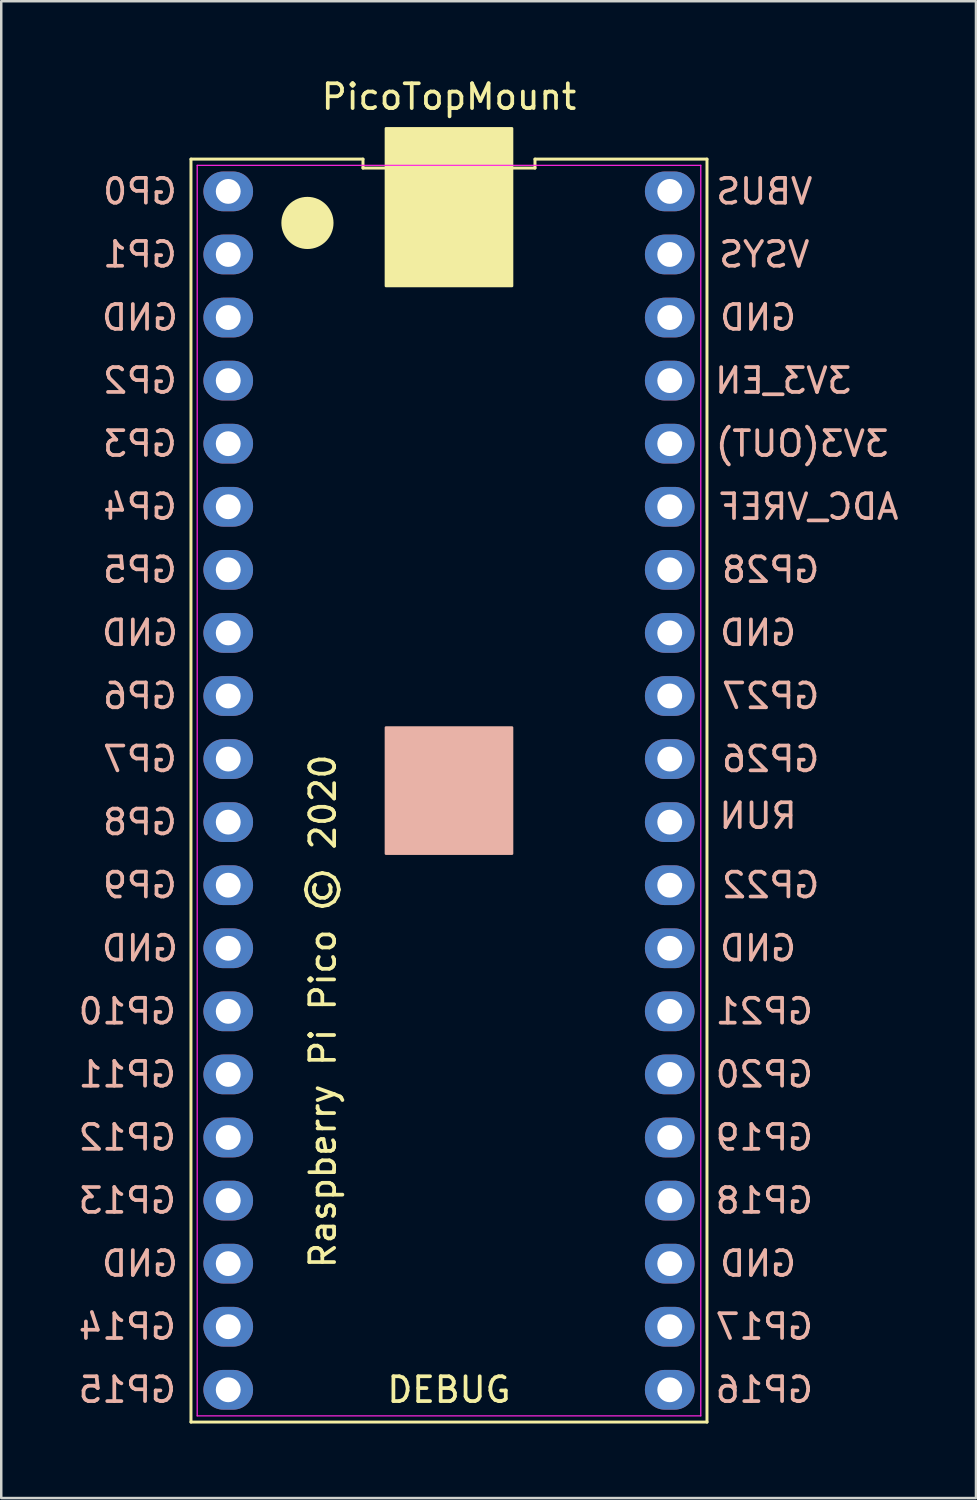
<source format=kicad_pcb>
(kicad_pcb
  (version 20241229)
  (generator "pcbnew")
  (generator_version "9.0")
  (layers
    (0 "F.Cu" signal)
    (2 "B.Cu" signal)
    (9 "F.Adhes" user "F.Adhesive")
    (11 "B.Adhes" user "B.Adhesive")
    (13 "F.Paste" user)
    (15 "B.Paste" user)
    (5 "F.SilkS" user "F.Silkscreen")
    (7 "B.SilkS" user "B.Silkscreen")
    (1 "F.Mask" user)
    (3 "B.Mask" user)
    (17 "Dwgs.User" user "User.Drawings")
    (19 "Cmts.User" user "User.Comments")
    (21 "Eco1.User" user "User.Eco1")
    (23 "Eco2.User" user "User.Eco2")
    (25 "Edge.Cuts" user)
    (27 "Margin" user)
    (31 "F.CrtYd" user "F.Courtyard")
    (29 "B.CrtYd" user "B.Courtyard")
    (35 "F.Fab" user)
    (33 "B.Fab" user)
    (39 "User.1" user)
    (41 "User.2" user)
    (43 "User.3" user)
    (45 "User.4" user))
  (footprint "PicoTopMount"
    (layer "F.Cu")
    (at 15.031 28.788)
    (property "Reference" "PicoTopMount" (at 0 -27.94 0) (layer "F.SilkS") (effects (font (size 1 1) (thickness 0.15))))
    (attr through_hole)
    (fp_line (start -10.39 25.43) (end 10.39 25.43) (stroke (width 0.12) (type solid)) (layer "F.SilkS"))
    (fp_line (start -10.39 -25.43) (end -10.39 25.43) (stroke (width 0.12) (type solid)) (layer "F.SilkS"))
    (fp_line (start -3.463 -25.43) (end -10.39 -25.43) (stroke (width 0.12) (type solid)) (layer "F.SilkS"))
    (fp_line (start -3.463 -25.07) (end -3.463 -25.43) (stroke (width 0.12) (type solid)) (layer "F.SilkS"))
    (fp_line (start 3.463 -25.43) (end 3.463 -25.07) (stroke (width 0.12) (type solid)) (layer "F.SilkS"))
    (fp_line (start 3.463 -25.07) (end -3.463 -25.07) (stroke (width 0.12) (type solid)) (layer "F.SilkS"))
    (fp_line (start 10.39 25.43) (end 10.39 -25.43) (stroke (width 0.12) (type solid)) (layer "F.SilkS"))
    (fp_line (start 10.39 -25.43) (end 3.463 -25.43) (stroke (width 0.12) (type solid)) (layer "F.SilkS"))
    (fp_poly (pts (xy 2.54 -20.32) (xy -2.54 -20.32) (xy -2.54 -26.67) (xy 2.54 -26.67)) (stroke (width 0.1) (type solid)) (fill yes) (layer "F.SilkS"))
    (fp_poly (pts (xy 2.54 2.54) (xy -2.54 2.54) (xy -2.54 -2.54) (xy 2.54 -2.54)) (stroke (width 0.1) (type solid)) (fill yes) (layer "B.SilkS"))
    (fp_line (start -10.14 -25.18) (end 10.14 -25.18) (stroke (width 0.05) (type solid)) (layer "F.CrtYd"))
    (fp_line (start -10.14 25.18) (end -10.14 -25.18) (stroke (width 0.05) (type solid)) (layer "F.CrtYd"))
    (fp_line (start 10.14 -25.18) (end 10.14 25.18) (stroke (width 0.05) (type solid)) (layer "F.CrtYd"))
    (fp_line (start 10.14 25.18) (end -10.14 25.18) (stroke (width 0.05) (type solid)) (layer "F.CrtYd"))
    (fp_text user "DEBUG" (at 0 24.13 0) (layer "F.SilkS") (effects (font (size 1 1) (thickness 0.15))))
    (fp_text user "Raspberry Pi Pico © 2020" (at -5.08 8.89 90) (layer "F.SilkS") (effects (font (size 1 1) (thickness 0.15))))
    (fp_text user "GP12" (at -12.954 13.97 180) (layer "B.SilkS") (effects (font (size 1 1) (thickness 0.15)) (justify mirror)))
    (fp_text user "GP27" (at 12.954 -3.81 180) (layer "B.SilkS") (effects (font (size 1 1) (thickness 0.15)) (justify mirror)))
    (fp_text user "GP0" (at -12.446 -24.13 180) (layer "B.SilkS") (effects (font (size 1 1) (thickness 0.15)) (justify mirror)))
    (fp_text user "VSYS" (at 12.7 -21.59 180) (layer "B.SilkS") (effects (font (size 1 1) (thickness 0.15)) (justify mirror)))
    (fp_text user "GP2" (at -12.446 -16.51 180) (layer "B.SilkS") (effects (font (size 1 1) (thickness 0.15)) (justify mirror)))
    (fp_text user "GP26" (at 12.954 -1.27 180) (layer "B.SilkS") (effects (font (size 1 1) (thickness 0.15)) (justify mirror)))
    (fp_text user "GP15" (at -12.954 24.13 180) (layer "B.SilkS") (effects (font (size 1 1) (thickness 0.15)) (justify mirror)))
    (fp_text user "GND" (at 12.446 19.05 180) (layer "B.SilkS") (effects (font (size 1 1) (thickness 0.15)) (justify mirror)))
    (fp_text user "GP7" (at -12.446 -1.27 180) (layer "B.SilkS") (effects (font (size 1 1) (thickness 0.15)) (justify mirror)))
    (fp_text user "GP5" (at -12.446 -8.89 180) (layer "B.SilkS") (effects (font (size 1 1) (thickness 0.15)) (justify mirror)))
    (fp_text user "GP17" (at 12.7 21.59 180) (layer "B.SilkS") (effects (font (size 1 1) (thickness 0.15)) (justify mirror)))
    (fp_text user "GP19" (at 12.7 13.97 180) (layer "B.SilkS") (effects (font (size 1 1) (thickness 0.15)) (justify mirror)))
    (fp_text user "RUN" (at 12.446 1.016 180) (layer "B.SilkS") (effects (font (size 1 1) (thickness 0.15)) (justify mirror)))
    (fp_text user "GP18" (at 12.7 16.51 180) (layer "B.SilkS") (effects (font (size 1 1) (thickness 0.15)) (justify mirror)))
    (fp_text user "VBUS" (at 12.7 -24.13 180) (layer "B.SilkS") (effects (font (size 1 1) (thickness 0.15)) (justify mirror)))
    (fp_text user "3V3_EN" (at 13.462 -16.51 180) (layer "B.SilkS") (effects (font (size 1 1) (thickness 0.15)) (justify mirror)))
    (fp_text user "GND" (at 12.446 -6.35 180) (layer "B.SilkS") (effects (font (size 1 1) (thickness 0.15)) (justify mirror)))
    (fp_text user "GP3" (at -12.446 -13.97 180) (layer "B.SilkS") (effects (font (size 1 1) (thickness 0.15)) (justify mirror)))
    (fp_text user "GP8" (at -12.446 1.27 180) (layer "B.SilkS") (effects (font (size 1 1) (thickness 0.15)) (justify mirror)))
    (fp_text user "GND" (at -12.446 19.05 180) (layer "B.SilkS") (effects (font (size 1 1) (thickness 0.15)) (justify mirror)))
    (fp_text user "GP4" (at -12.446 -11.43 180) (layer "B.SilkS") (effects (font (size 1 1) (thickness 0.15)) (justify mirror)))
    (fp_text user "GP22" (at 12.954 3.81 180) (layer "B.SilkS") (effects (font (size 1 1) (thickness 0.15)) (justify mirror)))
    (fp_text user "GP20" (at 12.7 11.43 180) (layer "B.SilkS") (effects (font (size 1 1) (thickness 0.15)) (justify mirror)))
    (fp_text user "GP9" (at -12.446 3.81 180) (layer "B.SilkS") (effects (font (size 1 1) (thickness 0.15)) (justify mirror)))
    (fp_text user "GND" (at 12.446 -19.05 180) (layer "B.SilkS") (effects (font (size 1 1) (thickness 0.15)) (justify mirror)))
    (fp_text user "GP6" (at -12.446 -3.81 180) (layer "B.SilkS") (effects (font (size 1 1) (thickness 0.15)) (justify mirror)))
    (fp_text user "GP28" (at 12.954 -8.89 180) (layer "B.SilkS") (effects (font (size 1 1) (thickness 0.15)) (justify mirror)))
    (fp_text user "GP16" (at 12.7 24.13 180) (layer "B.SilkS") (effects (font (size 1 1) (thickness 0.15)) (justify mirror)))
    (fp_text user "GP13" (at -12.954 16.51 180) (layer "B.SilkS") (effects (font (size 1 1) (thickness 0.15)) (justify mirror)))
    (fp_text user "GP21" (at 12.7 8.89 180) (layer "B.SilkS") (effects (font (size 1 1) (thickness 0.15)) (justify mirror)))
    (fp_text user "ADC_VREF" (at 14.478 -11.43 180) (layer "B.SilkS") (effects (font (size 1 1) (thickness 0.15)) (justify mirror)))
    (fp_text user "GND" (at -12.446 6.35 180) (layer "B.SilkS") (effects (font (size 1 1) (thickness 0.15)) (justify mirror)))
    (fp_text user "GP10" (at -12.954 8.89 180) (layer "B.SilkS") (effects (font (size 1 1) (thickness 0.15)) (justify mirror)))
    (fp_text user "GND" (at -12.446 -6.35 180) (layer "B.SilkS") (effects (font (size 1 1) (thickness 0.15)) (justify mirror)))
    (fp_text user "3V3(OUT)" (at 14.224 -13.97 180) (layer "B.SilkS") (effects (font (size 1 1) (thickness 0.15)) (justify mirror)))
    (fp_text user "GP14" (at -12.954 21.59 180) (layer "B.SilkS") (effects (font (size 1 1) (thickness 0.15)) (justify mirror)))
    (fp_text user "GP1" (at -12.446 -21.59 180) (layer "B.SilkS") (effects (font (size 1 1) (thickness 0.15)) (justify mirror)))
    (fp_text user "GP11" (at -12.954 11.43 180) (layer "B.SilkS") (effects (font (size 1 1) (thickness 0.15)) (justify mirror)))
    (fp_text user "GND" (at 12.446 6.35 180) (layer "B.SilkS") (effects (font (size 1 1) (thickness 0.15)) (justify mirror)))
    (fp_text user "GND" (at -12.446 -19.05 180) (layer "B.SilkS") (effects (font (size 1 1) (thickness 0.15)) (justify mirror)))
    (pad "" smd circle (at -5.7 -22.86) (size 2.1 2.1) (layers "F.SilkS"))
    (pad "1" thru_hole oval (at -8.89 -24.13 270) (size 1.6 2) (drill 1) (layers "*.Mask" "B.Cu"))
    (pad "2" thru_hole oval (at -8.89 -21.59 270) (size 1.6 2) (drill 1) (layers "*.Mask" "B.Cu"))
    (pad "3" thru_hole oval (at -8.89 -19.05 270) (size 1.6 2) (drill 1) (layers "*.Mask" "B.Cu"))
    (pad "4" thru_hole oval (at -8.89 -16.51 270) (size 1.6 2) (drill 1) (layers "*.Mask" "B.Cu"))
    (pad "5" thru_hole oval (at -8.89 -13.97 270) (size 1.6 2) (drill 1) (layers "*.Mask" "B.Cu"))
    (pad "6" thru_hole oval (at -8.89 -11.43 270) (size 1.6 2) (drill 1) (layers "*.Mask" "B.Cu"))
    (pad "7" thru_hole oval (at -8.89 -8.89 270) (size 1.6 2) (drill 1) (layers "*.Mask" "B.Cu"))
    (pad "8" thru_hole oval (at -8.89 -6.35 270) (size 1.6 2) (drill 1) (layers "*.Mask" "B.Cu"))
    (pad "9" thru_hole oval (at -8.89 -3.81 270) (size 1.6 2) (drill 1) (layers "*.Mask" "B.Cu"))
    (pad "10" thru_hole oval (at -8.89 -1.27 270) (size 1.6 2) (drill 1) (layers "*.Mask" "B.Cu"))
    (pad "11" thru_hole oval (at -8.89 1.27 270) (size 1.6 2) (drill 1) (layers "*.Mask" "B.Cu"))
    (pad "12" thru_hole oval (at -8.89 3.81 270) (size 1.6 2) (drill 1) (layers "*.Mask" "B.Cu"))
    (pad "13" thru_hole oval (at -8.89 6.35 270) (size 1.6 2) (drill 1) (layers "*.Mask" "B.Cu"))
    (pad "14" thru_hole oval (at -8.89 8.89 270) (size 1.6 2) (drill 1) (layers "*.Mask" "B.Cu"))
    (pad "15" thru_hole oval (at -8.89 11.43 270) (size 1.6 2) (drill 1) (layers "*.Mask" "B.Cu"))
    (pad "16" thru_hole oval (at -8.89 13.97 270) (size 1.6 2) (drill 1) (layers "*.Mask" "B.Cu"))
    (pad "17" thru_hole oval (at -8.89 16.51 270) (size 1.6 2) (drill 1) (layers "*.Mask" "B.Cu"))
    (pad "18" thru_hole oval (at -8.89 19.05 270) (size 1.6 2) (drill 1) (layers "*.Mask" "B.Cu"))
    (pad "19" thru_hole oval (at -8.89 21.59 270) (size 1.6 2) (drill 1) (layers "*.Mask" "B.Cu"))
    (pad "20" thru_hole oval (at -8.89 24.13 270) (size 1.6 2) (drill 1) (layers "*.Mask" "B.Cu"))
    (pad "21" thru_hole oval (at 8.89 24.13 270) (size 1.6 2) (drill 1) (layers "*.Mask" "B.Cu"))
    (pad "22" thru_hole oval (at 8.89 21.59 270) (size 1.6 2) (drill 1) (layers "*.Mask" "B.Cu"))
    (pad "23" thru_hole oval (at 8.89 19.05 270) (size 1.6 2) (drill 1) (layers "*.Mask" "B.Cu"))
    (pad "24" thru_hole oval (at 8.89 16.51 270) (size 1.6 2) (drill 1) (layers "*.Mask" "B.Cu"))
    (pad "25" thru_hole oval (at 8.89 13.97 270) (size 1.6 2) (drill 1) (layers "*.Mask" "B.Cu"))
    (pad "26" thru_hole oval (at 8.89 11.43 270) (size 1.6 2) (drill 1) (layers "*.Mask" "B.Cu"))
    (pad "27" thru_hole oval (at 8.89 8.89 270) (size 1.6 2) (drill 1) (layers "*.Mask" "B.Cu"))
    (pad "28" thru_hole oval (at 8.89 6.35 270) (size 1.6 2) (drill 1) (layers "*.Mask" "B.Cu"))
    (pad "29" thru_hole oval (at 8.89 3.81 270) (size 1.6 2) (drill 1) (layers "*.Mask" "B.Cu"))
    (pad "30" thru_hole oval (at 8.89 1.27 270) (size 1.6 2) (drill 1) (layers "*.Mask" "B.Cu"))
    (pad "31" thru_hole oval (at 8.89 -1.27 270) (size 1.6 2) (drill 1) (layers "*.Mask" "B.Cu"))
    (pad "32" thru_hole oval (at 8.89 -3.81 270) (size 1.6 2) (drill 1) (layers "*.Mask" "B.Cu"))
    (pad "33" thru_hole oval (at 8.89 -6.35 270) (size 1.6 2) (drill 1) (layers "*.Mask" "B.Cu"))
    (pad "34" thru_hole oval (at 8.89 -8.89 270) (size 1.6 2) (drill 1) (layers "*.Mask" "B.Cu"))
    (pad "35" thru_hole oval (at 8.89 -11.43 270) (size 1.6 2) (drill 1) (layers "*.Mask" "B.Cu"))
    (pad "36" thru_hole oval (at 8.89 -13.97 270) (size 1.6 2) (drill 1) (layers "*.Mask" "B.Cu"))
    (pad "37" thru_hole oval (at 8.89 -16.51 270) (size 1.6 2) (drill 1) (layers "*.Mask" "B.Cu"))
    (pad "38" thru_hole oval (at 8.89 -19.05 270) (size 1.6 2) (drill 1) (layers "*.Mask" "B.Cu"))
    (pad "39" thru_hole oval (at 8.89 -21.59 270) (size 1.6 2) (drill 1) (layers "*.Mask" "B.Cu"))
    (pad "40" thru_hole oval (at 8.89 -24.13 270) (size 1.6 2) (drill 1) (layers "*.Mask" "B.Cu")))
  (gr_rect
    (start -3 -3)
    (end 36.253 57.278)
    (stroke (width 0.1) (type default))
    (fill no)
    (layer "Edge.Cuts")))
</source>
